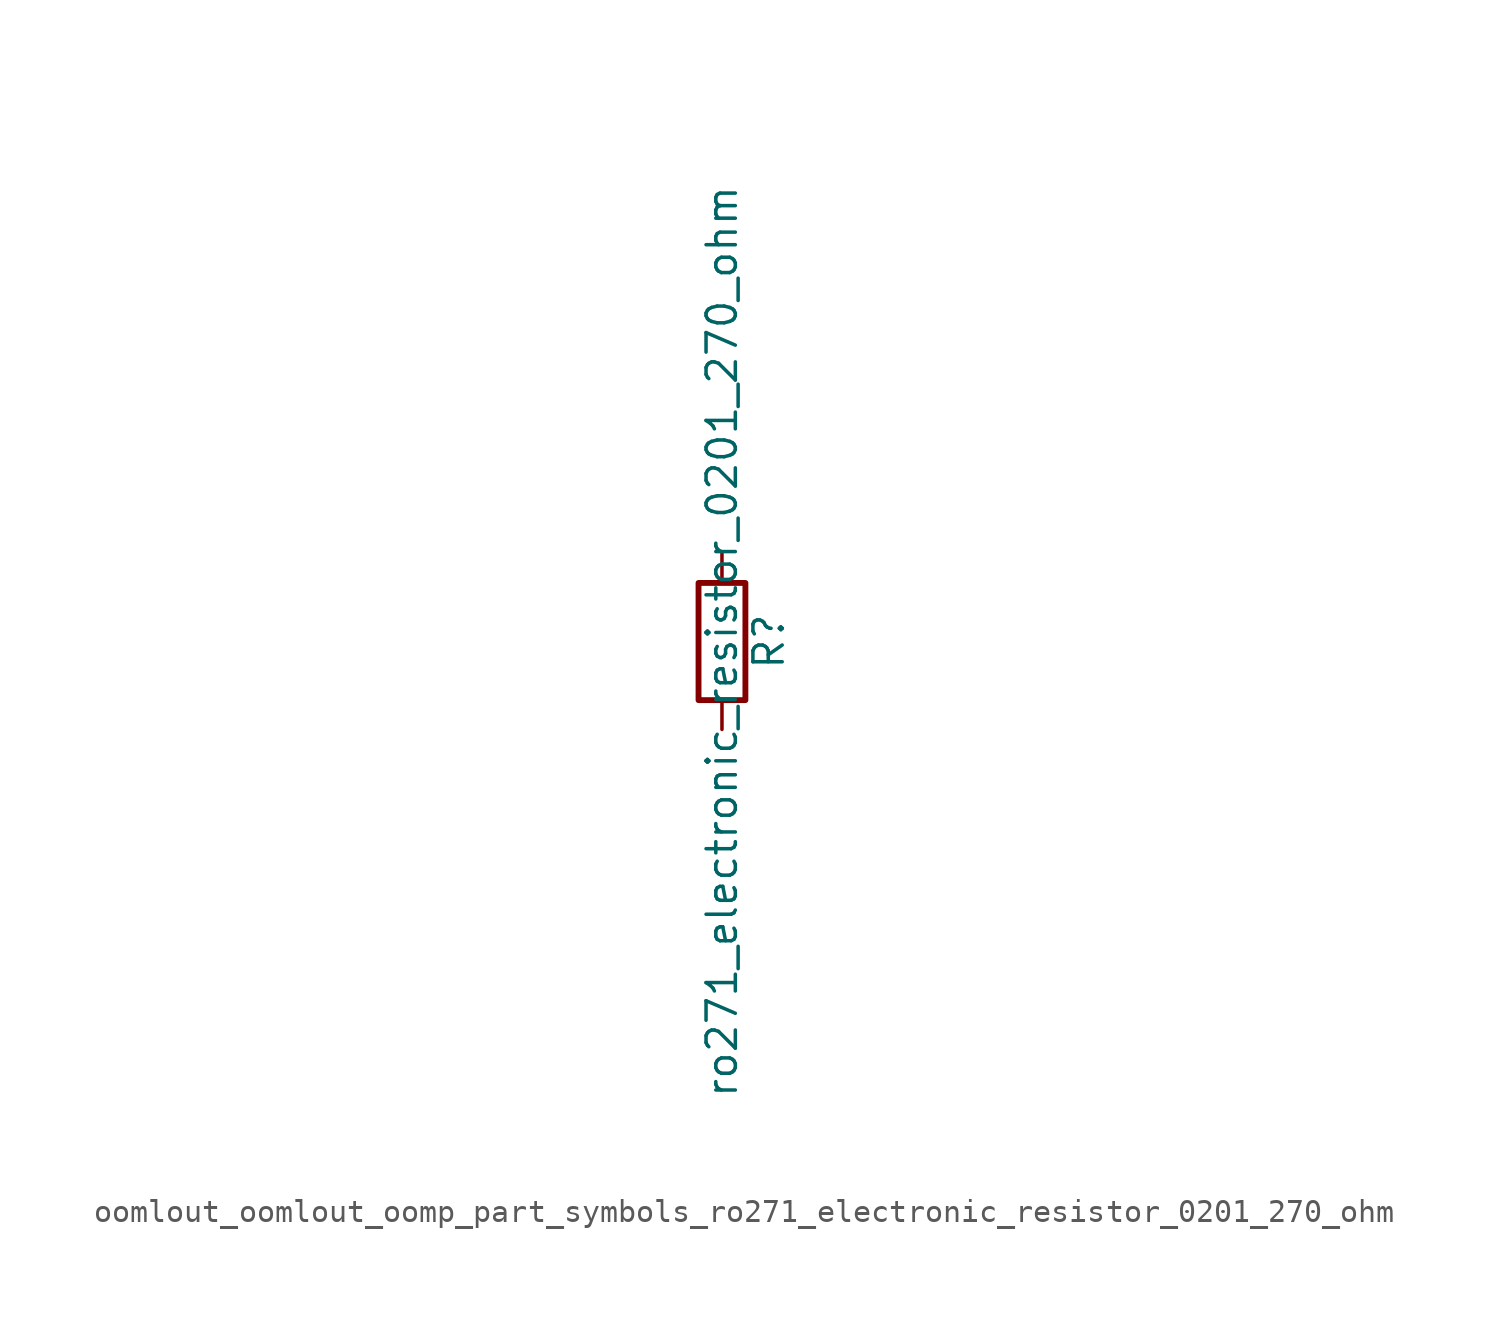
<source format=kicad_sym>
(kicad_symbol_lib
  (version 20220914)
  (generator kicad_symbol_editor)
  (symbol "oomlout_oomlout_oomp_part_symbols_ro271_electronic_resistor_0201_270_ohm"
    (pin_numbers hide)
    (pin_names
      (offset 0))
    (property "Reference" "R"
      (at 2.032 0 90)
      (effects (font (size 1.27 1.27))))
    (property "Value" "ro271_electronic_resistor_0201_270_ohm"
      (at 0 0 90)
      (effects (font (size 1.27 1.27))))
    (symbol "oomlout_oomlout_oomp_part_symbols_ro271_electronic_resistor_0201_270_ohm_0_1"
      (rectangle (start -1.016 -2.54) (end 1.016 2.54) (stroke (width 0.254) (type default)) (fill (type none))))
    (symbol "oomlout_oomlout_oomp_part_symbols_ro271_electronic_resistor_0201_270_ohm_1_1"
      (pin passive line (at 0 3.81 270) (length 1.27) (name "~" (effects (font (size 1.27 1.27)))) (number "1" (effects (font (size 1.27 1.27)))))
      (pin passive line (at 0 -3.81 90) (length 1.27) (name "~" (effects (font (size 1.27 1.27)))) (number "2" (effects (font (size 1.27 1.27))))))))
</source>
